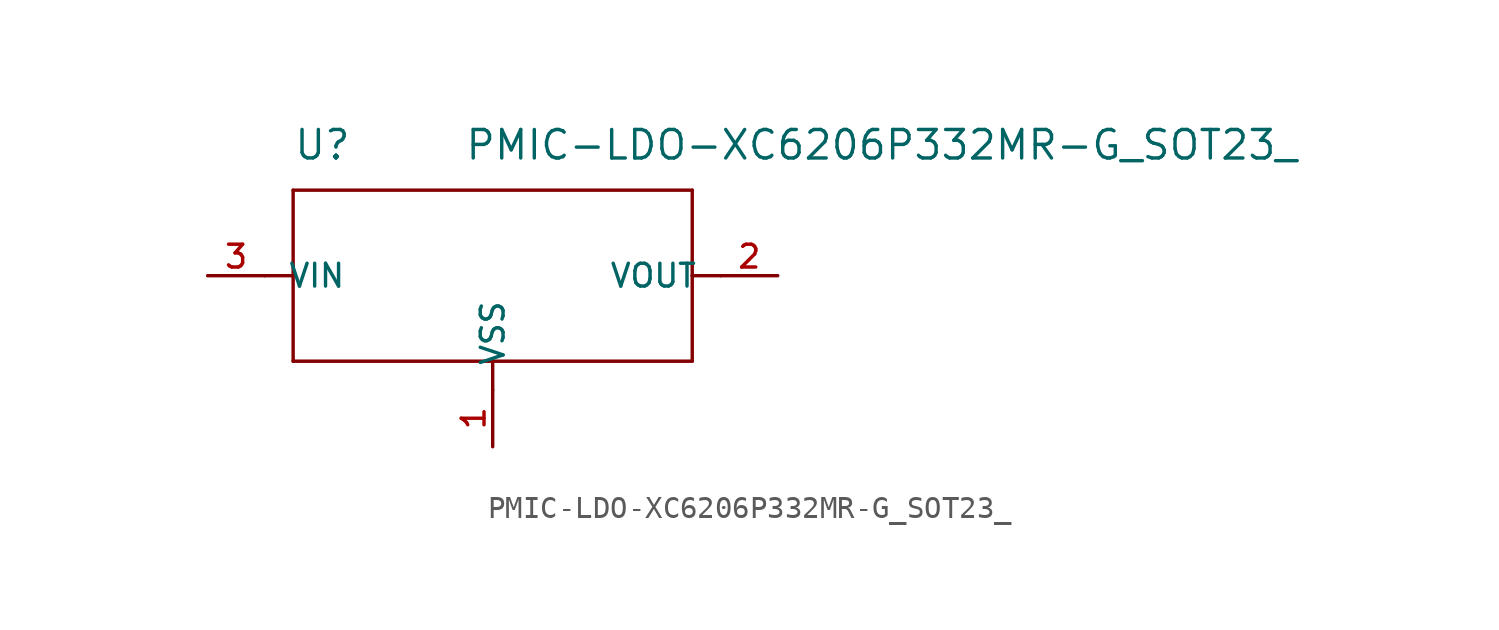
<source format=kicad_sym>
(kicad_symbol_lib
  (version 20211014)
  (generator kicad_symbol_editor)
  (symbol "PMIC-LDO-XC6206P332MR-G_SOT23_"
    (pin_names
      (offset 1.016))
    (property "Reference" "U"
      (at -8.896 5.083 0)
      (effects (font (size 1.27 1.27)) (justify bottom left)))
    (property "Value" "PMIC-LDO-XC6206P332MR-G_SOT23_"
      (at -1.27 5.081 0)
      (effects (font (size 1.27 1.27)) (justify bottom left)))
    (symbol "PMIC-LDO-XC6206P332MR-G_SOT23__0_0"
      (polyline (pts (xy -8.89 3.81) (xy 8.89 3.81)) (stroke (width 0.152)))
      (polyline (pts (xy 8.89 3.81) (xy 8.89 0.0)) (stroke (width 0.152)))
      (polyline (pts (xy 8.89 0.0) (xy 8.89 -3.81)) (stroke (width 0.152)))
      (polyline (pts (xy 8.89 -3.81) (xy 0.0 -3.81)) (stroke (width 0.152)))
      (polyline (pts (xy 0.0 -3.81) (xy -8.89 -3.81)) (stroke (width 0.152)))
      (polyline (pts (xy -8.89 -3.81) (xy -8.89 0.0)) (stroke (width 0.152)))
      (polyline (pts (xy -8.89 0.0) (xy -8.89 3.81)) (stroke (width 0.152)))
      (polyline (pts (xy -10.16 0.0) (xy -8.89 0.0)) (stroke (width 0.152)))
      (polyline (pts (xy 0.0 -5.08) (xy 0.0 -3.81)) (stroke (width 0.152)))
      (polyline (pts (xy 10.16 0.0) (xy 8.89 0.0)) (stroke (width 0.152)))
      (pin input line (at -12.7 0.0 0) (length 2.54) (name "VIN" (effects (font (size 1.016 1.016)))) (number "3" (effects (font (size 1.016 1.016)))))
      (pin output line (at 12.7 0.0 180.0) (length 2.54) (name "VOUT" (effects (font (size 1.016 1.016)))) (number "2" (effects (font (size 1.016 1.016)))))
      (pin power_in line (at 0.0 -7.62 90.0) (length 2.54) (name "VSS" (effects (font (size 1.016 1.016)))) (number "1" (effects (font (size 1.016 1.016))))))))
</source>
